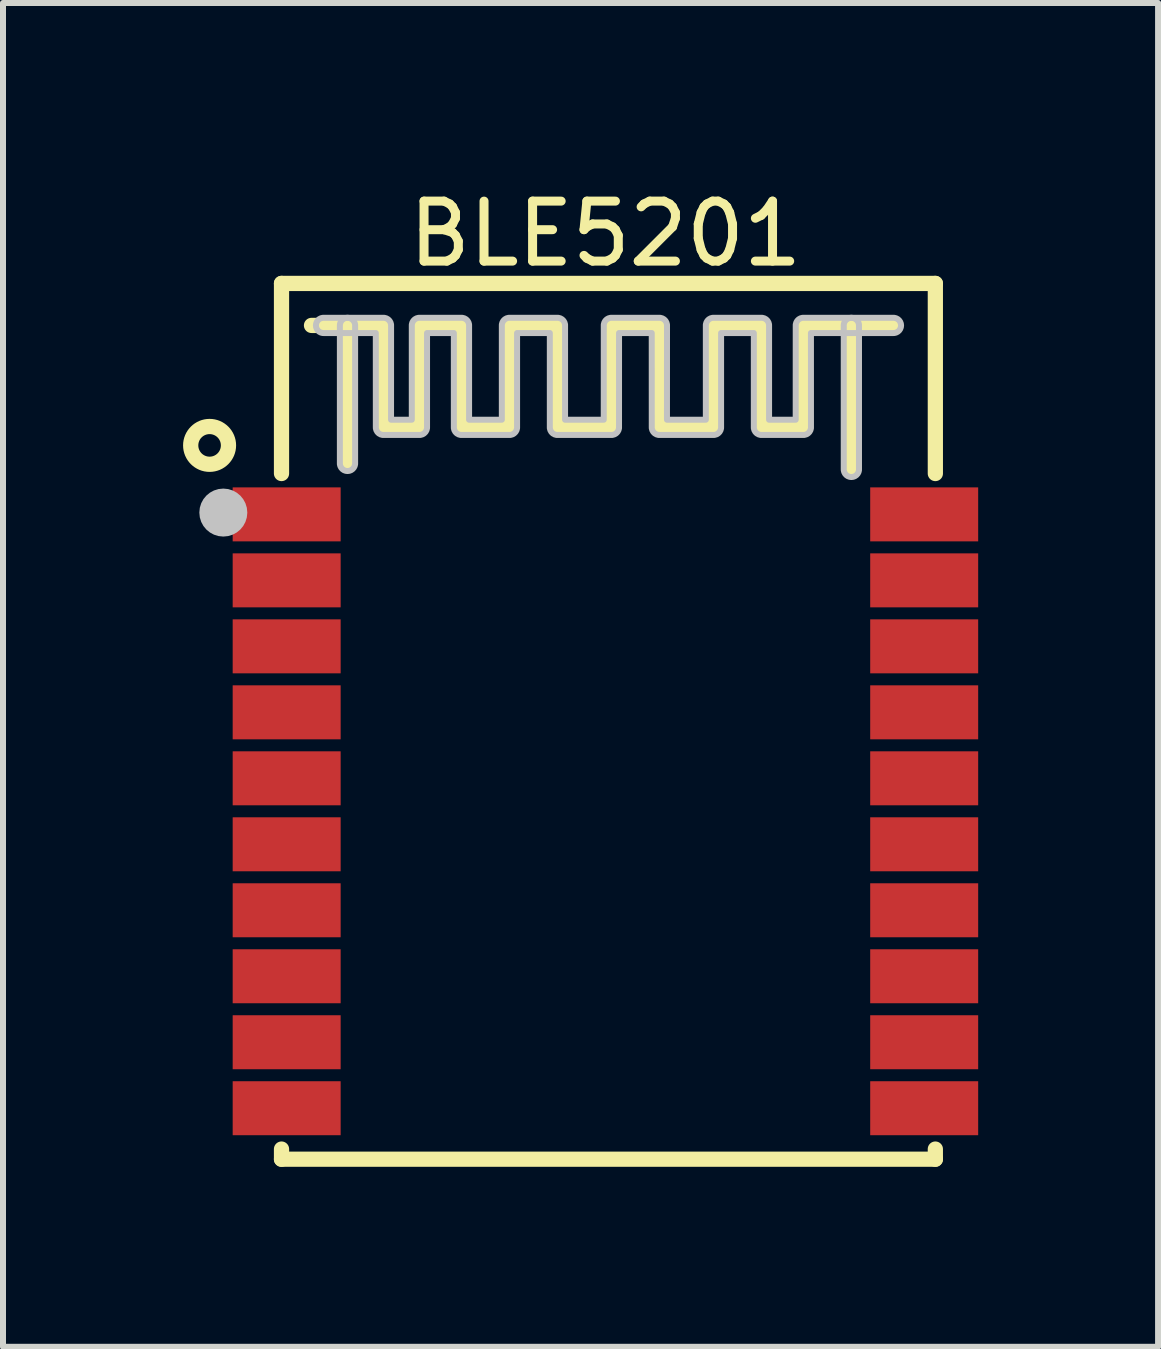
<source format=kicad_pcb>
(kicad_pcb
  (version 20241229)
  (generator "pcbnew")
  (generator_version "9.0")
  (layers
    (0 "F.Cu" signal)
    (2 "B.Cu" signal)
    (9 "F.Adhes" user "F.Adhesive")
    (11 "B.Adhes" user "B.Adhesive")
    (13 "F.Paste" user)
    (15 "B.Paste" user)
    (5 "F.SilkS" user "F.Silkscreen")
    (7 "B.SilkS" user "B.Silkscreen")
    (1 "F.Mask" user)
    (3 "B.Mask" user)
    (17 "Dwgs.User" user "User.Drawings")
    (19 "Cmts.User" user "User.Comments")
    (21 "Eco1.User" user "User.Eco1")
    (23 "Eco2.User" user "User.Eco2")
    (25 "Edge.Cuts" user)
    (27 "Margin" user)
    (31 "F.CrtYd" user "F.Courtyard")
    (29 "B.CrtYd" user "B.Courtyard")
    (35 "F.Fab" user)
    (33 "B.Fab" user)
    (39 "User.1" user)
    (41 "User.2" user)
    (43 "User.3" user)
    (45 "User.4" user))
  (footprint "BLE5201"
    (layer "F.Cu")
    (at 7.043 10.475)
    (property "Reference" "BLE5201" (at 0 -9.627 0) (layer "F.SilkS") (effects (font (size 1 1) (thickness 0.15))))
    (fp_line (start -5.4 -8.8) (end 5.5 -8.8) (stroke (width 0.254) (type default)) (layer "F.SilkS"))
    (fp_line (start -5.4 -5.631) (end -5.4 -8.8) (stroke (width 0.254) (type default)) (layer "F.SilkS"))
    (fp_line (start -5.4 5.8) (end -5.4 5.631) (stroke (width 0.254) (type default)) (layer "F.SilkS"))
    (fp_line (start -4.9 -8.1) (end -4.3 -8.1) (stroke (width 0.254) (type default)) (layer "F.SilkS"))
    (fp_line (start -4.3 -8.1) (end -4.3 -5.8) (stroke (width 0.254) (type default)) (layer "F.SilkS"))
    (fp_line (start -4.3 -8.1) (end -3.7 -8.1) (stroke (width 0.254) (type default)) (layer "F.SilkS"))
    (fp_line (start -3.7 -8.1) (end -3.7 -6.4) (stroke (width 0.254) (type default)) (layer "F.SilkS"))
    (fp_line (start -3.7 -6.4) (end -3.1 -6.4) (stroke (width 0.254) (type default)) (layer "F.SilkS"))
    (fp_line (start -3.1 -8.1) (end -2.4 -8.1) (stroke (width 0.254) (type default)) (layer "F.SilkS"))
    (fp_line (start -3.1 -6.4) (end -3.1 -8.1) (stroke (width 0.254) (type default)) (layer "F.SilkS"))
    (fp_line (start -2.4 -8.1) (end -2.4 -6.4) (stroke (width 0.254) (type default)) (layer "F.SilkS"))
    (fp_line (start -2.4 -6.4) (end -1.6 -6.4) (stroke (width 0.254) (type default)) (layer "F.SilkS"))
    (fp_line (start -1.6 -8.1) (end -0.8 -8.1) (stroke (width 0.254) (type default)) (layer "F.SilkS"))
    (fp_line (start -1.6 -6.4) (end -1.6 -8.1) (stroke (width 0.254) (type default)) (layer "F.SilkS"))
    (fp_line (start -0.8 -8.1) (end -0.8 -6.4) (stroke (width 0.254) (type default)) (layer "F.SilkS"))
    (fp_line (start -0.8 -6.4) (end 0.1 -6.4) (stroke (width 0.254) (type default)) (layer "F.SilkS"))
    (fp_line (start 0.1 -8.1) (end 0.9 -8.1) (stroke (width 0.254) (type default)) (layer "F.SilkS"))
    (fp_line (start 0.1 -6.4) (end 0.1 -8.1) (stroke (width 0.254) (type default)) (layer "F.SilkS"))
    (fp_line (start 0.9 -8.1) (end 0.9 -6.4) (stroke (width 0.254) (type default)) (layer "F.SilkS"))
    (fp_line (start 0.9 -6.4) (end 1.8 -6.4) (stroke (width 0.254) (type default)) (layer "F.SilkS"))
    (fp_line (start 1.8 -8.1) (end 2.6 -8.1) (stroke (width 0.254) (type default)) (layer "F.SilkS"))
    (fp_line (start 1.8 -6.4) (end 1.8 -8.1) (stroke (width 0.254) (type default)) (layer "F.SilkS"))
    (fp_line (start 2.6 -8.1) (end 2.6 -6.4) (stroke (width 0.254) (type default)) (layer "F.SilkS"))
    (fp_line (start 2.6 -6.4) (end 3.3 -6.4) (stroke (width 0.254) (type default)) (layer "F.SilkS"))
    (fp_line (start 3.3 -8.1) (end 4.8 -8.1) (stroke (width 0.254) (type default)) (layer "F.SilkS"))
    (fp_line (start 3.3 -6.4) (end 3.3 -8.1) (stroke (width 0.254) (type default)) (layer "F.SilkS"))
    (fp_line (start 4.1 -8.1) (end 4.1 -5.7) (stroke (width 0.254) (type default)) (layer "F.SilkS"))
    (fp_line (start 4.159 -8.1) (end 4.1 -8.1) (stroke (width 0.254) (type default)) (layer "F.SilkS"))
    (fp_line (start 5.5 -8.8) (end 5.5 -5.631) (stroke (width 0.254) (type default)) (layer "F.SilkS"))
    (fp_line (start 5.5 5.631) (end 5.5 5.8) (stroke (width 0.254) (type default)) (layer "F.SilkS"))
    (fp_line (start 5.5 5.8) (end -5.4 5.8) (stroke (width 0.254) (type default)) (layer "F.SilkS"))
    (fp_circle (center -6.599 -6.1) (end -6.284 -6.1) (stroke (width 0.254) (type default)) (fill no) (layer "F.SilkS"))
    (fp_circle (center -6.37 -4.98) (end -6.17 -4.98) (stroke (width 0.4) (type default)) (fill no) (layer "Dwgs.User"))
    (fp_poly (pts (arc (start -4.427 -8.1) (mid -4.3 -8.227) (end -4.173 -8.1)) (arc (start -4.173 -5.8) (mid -4.3 -5.673) (end -4.427 -5.8))) (stroke (width 0.1) (type default)) (fill no) (layer "Dwgs.User"))
    (fp_poly (pts (arc (start 3.973 -8.1) (mid 4.1 -8.227) (end 4.227 -8.1)) (arc (start 4.227 -5.7) (mid 4.1 -5.573) (end 3.973 -5.7))) (stroke (width 0.1) (type default)) (fill no) (layer "Dwgs.User"))
    (fp_poly (pts (arc (start -4.699 -7.973) (mid -4.826 -8.1) (end -4.699 -8.227)) (arc (start -3.7005 -8.227) (mid -3.610697 -8.189803) (end -3.5735 -8.1)) (xy -3.574 -6.528) (xy -3.228 -6.528) (arc (start -3.228 -8.1) (mid -3.190803 -8.189803) (end -3.101 -8.227)) (arc (start -2.4 -8.227) (mid -2.310197 -8.189803) (end -2.273 -8.1)) (xy -2.273 -6.528) (xy -1.727 -6.528) (arc (start -1.727 -8.1) (mid -1.689803 -8.189803) (end -1.6 -8.227)) (arc (start -0.8 -8.227) (mid -0.710197 -8.189803) (end -0.673 -8.1)) (xy -0.673 -6.528) (xy -0.028 -6.528) (arc (start -0.0275 -8.1) (mid 0.009697 -8.189803) (end 0.0995 -8.227)) (arc (start 0.8995 -8.227) (mid 0.989303 -8.189803) (end 1.0265 -8.1)) (xy 1.026 -6.528) (xy 1.674 -6.528) (arc (start 1.674 -8.1) (mid 1.711197 -8.189803) (end 1.801 -8.227)) (arc (start 2.601 -8.227) (mid 2.690803 -8.189803) (end 2.728 -8.1)) (xy 2.728 -6.528) (xy 3.172 -6.528) (arc (start 3.1725 -8.1) (mid 3.209697 -8.189803) (end 3.2995 -8.227)) (arc (start 4.801 -8.227) (mid 4.928 -8.1) (end 4.801 -7.973)) (xy 3.426 -7.973) (arc (start 3.4265 -6.401) (mid 3.389303 -6.311197) (end 3.2995 -6.274)) (arc (start 2.601 -6.274) (mid 2.511197 -6.311197) (end 2.474 -6.401)) (xy 2.474 -7.973) (xy 1.928 -7.973) (arc (start 1.928 -6.401) (mid 1.890803 -6.311197) (end 1.801 -6.274)) (arc (start 0.8995 -6.274) (mid 0.809697 -6.311197) (end 0.7725 -6.401)) (xy 0.772 -7.973) (xy 0.227 -7.973) (arc (start 0.2265 -6.401) (mid 0.189303 -6.311197) (end 0.0995 -6.274)) (arc (start -0.8 -6.274) (mid -0.889803 -6.311197) (end -0.927 -6.401)) (xy -0.927 -7.973) (xy -1.473 -7.973) (arc (start -1.473 -6.401) (mid -1.510197 -6.311197) (end -1.6 -6.274)) (arc (start -2.4 -6.274) (mid -2.489803 -6.311197) (end -2.527 -6.401)) (xy -2.527 -7.973) (xy -2.974 -7.973) (arc (start -2.974 -6.401) (mid -3.011197 -6.311197) (end -3.101 -6.274)) (arc (start -3.7005 -6.274) (mid -3.790303 -6.311197) (end -3.8275 -6.401)) (xy -3.828 -7.973)) (stroke (width 0.1) (type default)) (fill no) (layer "Dwgs.User"))
    (fp_poly (pts (xy -5.4 -5.35) (xy -4.5 -5.35) (xy -4.5 -4.55) (xy -5.4 -4.55)) (stroke (width 0.1) (type default)) (fill no) (layer "User.1"))
    (fp_poly (pts (xy -5.4 -4.25) (xy -4.5 -4.25) (xy -4.5 -3.45) (xy -5.4 -3.45)) (stroke (width 0.1) (type default)) (fill no) (layer "User.1"))
    (fp_poly (pts (xy -5.4 -3.15) (xy -4.5 -3.15) (xy -4.5 -2.35) (xy -5.4 -2.35)) (stroke (width 0.1) (type default)) (fill no) (layer "User.1"))
    (fp_poly (pts (xy -5.4 -2.05) (xy -4.5 -2.05) (xy -4.5 -1.25) (xy -5.4 -1.25)) (stroke (width 0.1) (type default)) (fill no) (layer "User.1"))
    (fp_poly (pts (xy -5.4 -0.95) (xy -4.5 -0.95) (xy -4.5 -0.15) (xy -5.4 -0.15)) (stroke (width 0.1) (type default)) (fill no) (layer "User.1"))
    (fp_poly (pts (xy -5.4 0.15) (xy -4.5 0.15) (xy -4.5 0.95) (xy -5.4 0.95)) (stroke (width 0.1) (type default)) (fill no) (layer "User.1"))
    (fp_poly (pts (xy -5.4 1.25) (xy -4.5 1.25) (xy -4.5 2.05) (xy -5.4 2.05)) (stroke (width 0.1) (type default)) (fill no) (layer "User.1"))
    (fp_poly (pts (xy -5.4 2.35) (xy -4.5 2.35) (xy -4.5 3.15) (xy -5.4 3.15)) (stroke (width 0.1) (type default)) (fill no) (layer "User.1"))
    (fp_poly (pts (xy -5.4 3.45) (xy -4.5 3.45) (xy -4.5 4.25) (xy -5.4 4.25)) (stroke (width 0.1) (type default)) (fill no) (layer "User.1"))
    (fp_poly (pts (xy -5.4 4.55) (xy -4.5 4.55) (xy -4.5 5.35) (xy -5.4 5.35)) (stroke (width 0.1) (type default)) (fill no) (layer "User.1"))
    (fp_poly (pts (xy 4.5 -5.35) (xy 5.4 -5.35) (xy 5.4 -4.55) (xy 4.5 -4.55)) (stroke (width 0.1) (type default)) (fill no) (layer "User.1"))
    (fp_poly (pts (xy 4.5 -4.25) (xy 5.4 -4.25) (xy 5.4 -3.45) (xy 4.5 -3.45)) (stroke (width 0.1) (type default)) (fill no) (layer "User.1"))
    (fp_poly (pts (xy 4.5 -3.15) (xy 5.4 -3.15) (xy 5.4 -2.35) (xy 4.5 -2.35)) (stroke (width 0.1) (type default)) (fill no) (layer "User.1"))
    (fp_poly (pts (xy 4.5 -2.05) (xy 5.4 -2.05) (xy 5.4 -1.25) (xy 4.5 -1.25)) (stroke (width 0.1) (type default)) (fill no) (layer "User.1"))
    (fp_poly (pts (xy 4.5 -0.95) (xy 5.4 -0.95) (xy 5.4 -0.15) (xy 4.5 -0.15)) (stroke (width 0.1) (type default)) (fill no) (layer "User.1"))
    (fp_poly (pts (xy 4.5 0.15) (xy 5.4 0.15) (xy 5.4 0.95) (xy 4.5 0.95)) (stroke (width 0.1) (type default)) (fill no) (layer "User.1"))
    (fp_poly (pts (xy 4.5 1.25) (xy 5.4 1.25) (xy 5.4 2.05) (xy 4.5 2.05)) (stroke (width 0.1) (type default)) (fill no) (layer "User.1"))
    (fp_poly (pts (xy 4.5 2.35) (xy 5.4 2.35) (xy 5.4 3.15) (xy 4.5 3.15)) (stroke (width 0.1) (type default)) (fill no) (layer "User.1"))
    (fp_poly (pts (xy 4.5 3.45) (xy 5.4 3.45) (xy 5.4 4.25) (xy 4.5 4.25)) (stroke (width 0.1) (type default)) (fill no) (layer "User.1"))
    (fp_poly (pts (xy 4.5 4.55) (xy 5.4 4.55) (xy 5.4 5.35) (xy 4.5 5.35)) (stroke (width 0.1) (type default)) (fill no) (layer "User.1"))
    (fp_line (start -5.4 -8.75) (end 5.4 -8.75) (stroke (width 0.051) (type default)) (layer "User.2"))
    (fp_line (start -5.4 5.75) (end -5.4 -8.75) (stroke (width 0.051) (type default)) (layer "User.2"))
    (fp_line (start 5.4 -8.75) (end 5.4 5.75) (stroke (width 0.051) (type default)) (layer "User.2"))
    (fp_line (start 5.4 5.75) (end -5.4 5.75) (stroke (width 0.051) (type default)) (layer "User.2"))
    (fp_poly (pts (xy -5.34 -8.75) (xy -5.358 -8.792) (xy -5.4 -8.81) (xy -5.442 -8.792) (xy -5.46 -8.75) (xy -5.442 -8.708) (xy -5.4 -8.69) (xy -5.358 -8.708)) (stroke (width 0.1) (type default)) (fill no) (layer "User.3"))
    (pad "1" smd rect (at -5.314 -4.95) (size 1.8 0.9) (layers "F.Cu" "F.Mask" "F.Paste"))
    (pad "2" smd rect (at -5.314 -3.85) (size 1.8 0.9) (layers "F.Cu" "F.Mask" "F.Paste"))
    (pad "3" smd rect (at -5.314 -2.75) (size 1.8 0.9) (layers "F.Cu" "F.Mask" "F.Paste"))
    (pad "4" smd rect (at -5.314 -1.65) (size 1.8 0.9) (layers "F.Cu" "F.Mask" "F.Paste"))
    (pad "5" smd rect (at -5.314 -0.55) (size 1.8 0.9) (layers "F.Cu" "F.Mask" "F.Paste"))
    (pad "6" smd rect (at -5.314 0.55) (size 1.8 0.9) (layers "F.Cu" "F.Mask" "F.Paste"))
    (pad "7" smd rect (at -5.314 1.65) (size 1.8 0.9) (layers "F.Cu" "F.Mask" "F.Paste"))
    (pad "8" smd rect (at -5.314 2.75) (size 1.8 0.9) (layers "F.Cu" "F.Mask" "F.Paste"))
    (pad "9" smd rect (at -5.314 3.85) (size 1.8 0.9) (layers "F.Cu" "F.Mask" "F.Paste"))
    (pad "10" smd rect (at -5.314 4.95) (size 1.8 0.9) (layers "F.Cu" "F.Mask" "F.Paste"))
    (pad "11" smd rect (at 5.314 4.95) (size 1.8 0.9) (layers "F.Cu" "F.Mask" "F.Paste"))
    (pad "12" smd rect (at 5.314 3.85) (size 1.8 0.9) (layers "F.Cu" "F.Mask" "F.Paste"))
    (pad "13" smd rect (at 5.314 2.75) (size 1.8 0.9) (layers "F.Cu" "F.Mask" "F.Paste"))
    (pad "14" smd rect (at 5.314 1.65) (size 1.8 0.9) (layers "F.Cu" "F.Mask" "F.Paste"))
    (pad "15" smd rect (at 5.314 0.55) (size 1.8 0.9) (layers "F.Cu" "F.Mask" "F.Paste"))
    (pad "16" smd rect (at 5.314 -0.55) (size 1.8 0.9) (layers "F.Cu" "F.Mask" "F.Paste"))
    (pad "17" smd rect (at 5.314 -1.65) (size 1.8 0.9) (layers "F.Cu" "F.Mask" "F.Paste"))
    (pad "18" smd rect (at 5.314 -2.75) (size 1.8 0.9) (layers "F.Cu" "F.Mask" "F.Paste"))
    (pad "19" smd rect (at 5.314 -3.85) (size 1.8 0.9) (layers "F.Cu" "F.Mask" "F.Paste"))
    (pad "20" smd rect (at 5.314 -4.95) (size 1.8 0.9) (layers "F.Cu" "F.Mask" "F.Paste")))
  (gr_rect
    (start -3 -3)
    (end 16.256 19.402)
    (stroke (width 0.1) (type default))
    (fill no)
    (layer "Edge.Cuts")))
</source>
